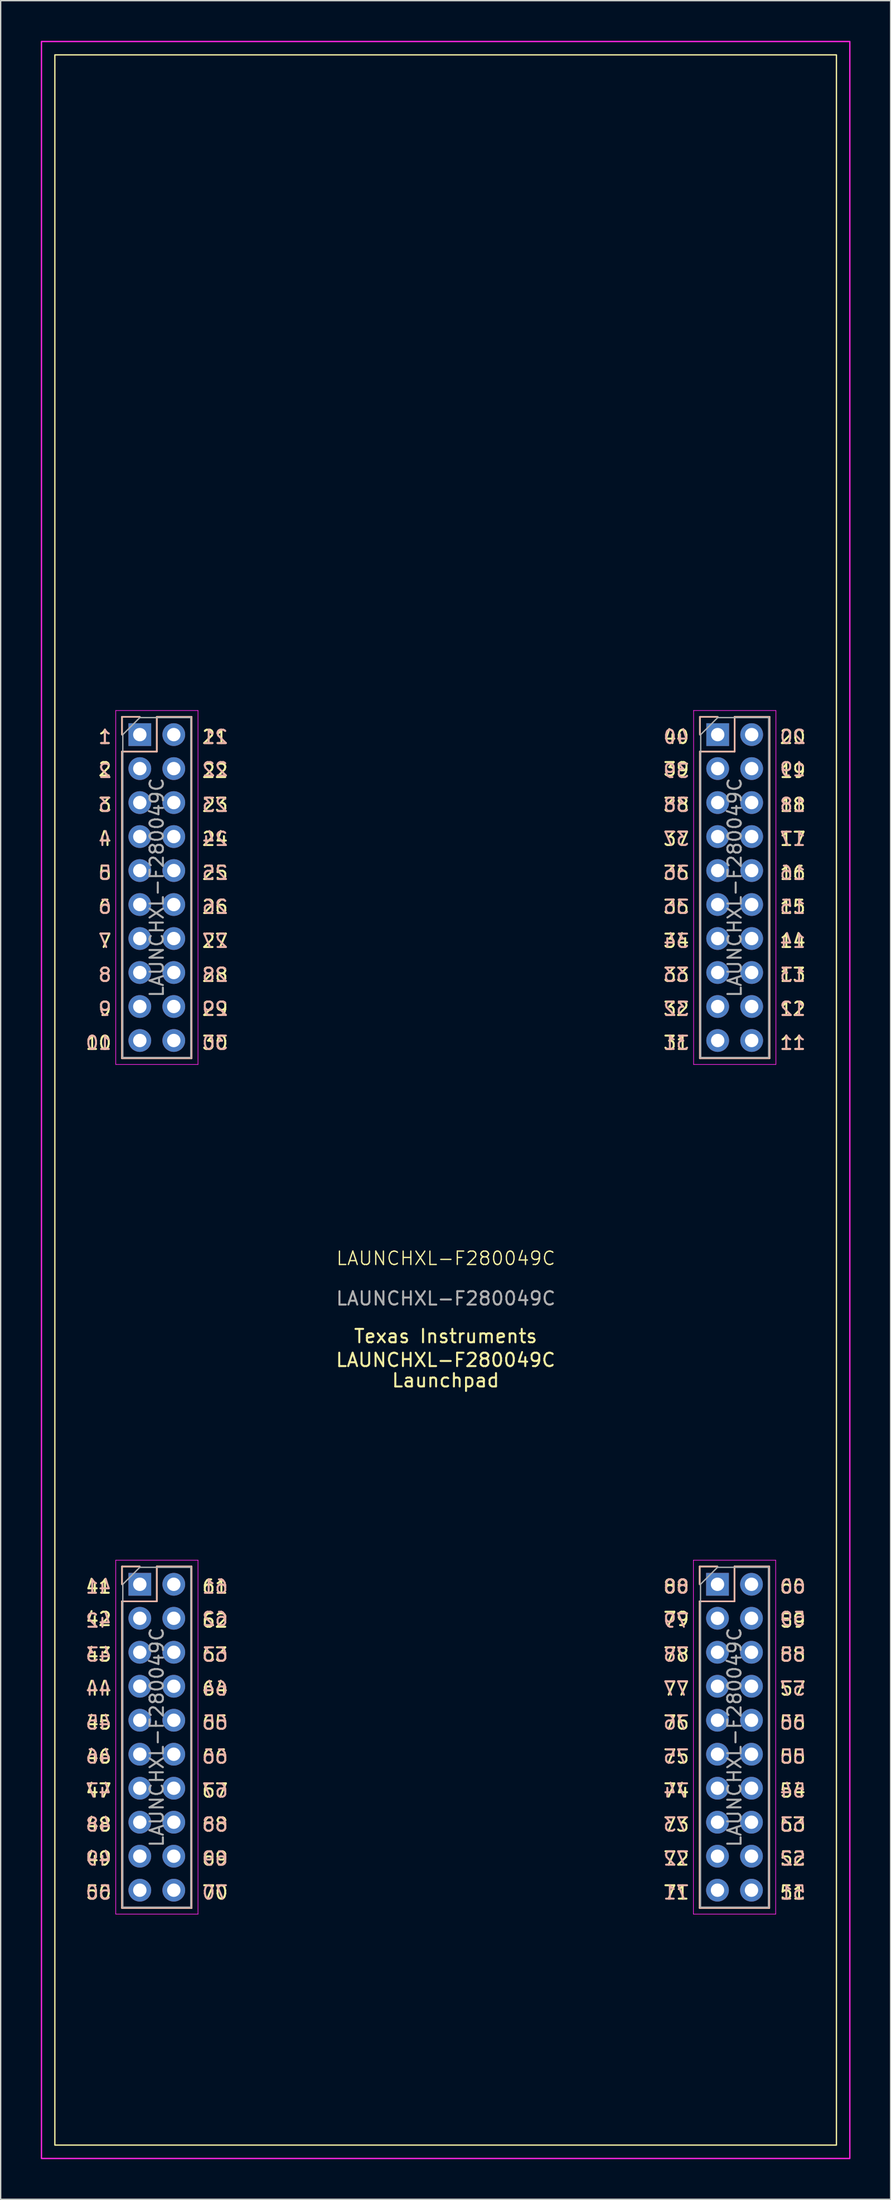
<source format=kicad_pcb>
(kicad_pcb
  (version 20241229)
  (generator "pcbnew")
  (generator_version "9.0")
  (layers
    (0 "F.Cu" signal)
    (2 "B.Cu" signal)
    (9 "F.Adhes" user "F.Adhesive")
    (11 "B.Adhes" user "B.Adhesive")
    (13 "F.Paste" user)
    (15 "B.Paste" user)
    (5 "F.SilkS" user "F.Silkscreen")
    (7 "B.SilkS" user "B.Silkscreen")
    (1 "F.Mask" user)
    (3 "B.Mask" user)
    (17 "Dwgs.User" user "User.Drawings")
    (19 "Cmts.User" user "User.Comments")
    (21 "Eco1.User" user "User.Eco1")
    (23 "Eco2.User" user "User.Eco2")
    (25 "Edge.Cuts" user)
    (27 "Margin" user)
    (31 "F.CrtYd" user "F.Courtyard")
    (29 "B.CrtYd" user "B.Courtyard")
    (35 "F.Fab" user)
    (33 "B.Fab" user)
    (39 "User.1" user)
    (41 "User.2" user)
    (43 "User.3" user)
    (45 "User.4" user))
  (footprint "LAUNCHXL-F280049C"
    (layer "F.Cu")
    (at 30.26 95.03)
    (property "Reference" "LAUNCHXL-F280049C" (at 0.015 -4.04 0) (unlocked yes) (layer "F.SilkS") (effects (font (size 1 1) (thickness 0.1))))
    (attr through_hole)
    (fp_line (start -24.19 -44.51) (end -22.86 -44.51) (stroke (width 0.12) (type solid)) (layer "F.SilkS"))
    (fp_line (start -24.19 -43.18) (end -24.19 -44.51) (stroke (width 0.12) (type solid)) (layer "F.SilkS"))
    (fp_line (start -24.19 -41.91) (end -24.19 -18.99) (stroke (width 0.12) (type solid)) (layer "F.SilkS"))
    (fp_line (start -24.19 -41.91) (end -21.59 -41.91) (stroke (width 0.12) (type solid)) (layer "F.SilkS"))
    (fp_line (start -24.19 -18.99) (end -18.99 -18.99) (stroke (width 0.12) (type solid)) (layer "F.SilkS"))
    (fp_line (start -24.19 18.99) (end -22.86 18.99) (stroke (width 0.12) (type solid)) (layer "F.SilkS"))
    (fp_line (start -24.19 20.32) (end -24.19 18.99) (stroke (width 0.12) (type solid)) (layer "F.SilkS"))
    (fp_line (start -24.19 21.59) (end -24.19 44.51) (stroke (width 0.12) (type solid)) (layer "F.SilkS"))
    (fp_line (start -24.19 21.59) (end -21.59 21.59) (stroke (width 0.12) (type solid)) (layer "F.SilkS"))
    (fp_line (start -24.19 44.51) (end -18.99 44.51) (stroke (width 0.12) (type solid)) (layer "F.SilkS"))
    (fp_line (start -21.59 -44.51) (end -18.99 -44.51) (stroke (width 0.12) (type solid)) (layer "F.SilkS"))
    (fp_line (start -21.59 -41.91) (end -21.59 -44.51) (stroke (width 0.12) (type solid)) (layer "F.SilkS"))
    (fp_line (start -21.59 18.99) (end -18.99 18.99) (stroke (width 0.12) (type solid)) (layer "F.SilkS"))
    (fp_line (start -21.59 21.59) (end -21.59 18.99) (stroke (width 0.12) (type solid)) (layer "F.SilkS"))
    (fp_line (start -18.99 -44.51) (end -18.99 -18.99) (stroke (width 0.12) (type solid)) (layer "F.SilkS"))
    (fp_line (start -18.99 18.99) (end -18.99 44.51) (stroke (width 0.12) (type solid)) (layer "F.SilkS"))
    (fp_line (start 18.99 18.99) (end 20.32 18.99) (stroke (width 0.12) (type solid)) (layer "F.SilkS"))
    (fp_line (start 18.99 20.32) (end 18.99 18.99) (stroke (width 0.12) (type solid)) (layer "F.SilkS"))
    (fp_line (start 18.99 21.59) (end 18.99 44.51) (stroke (width 0.12) (type solid)) (layer "F.SilkS"))
    (fp_line (start 18.99 21.59) (end 21.59 21.59) (stroke (width 0.12) (type solid)) (layer "F.SilkS"))
    (fp_line (start 18.99 44.51) (end 24.19 44.51) (stroke (width 0.12) (type solid)) (layer "F.SilkS"))
    (fp_line (start 19.005 -44.51) (end 20.335 -44.51) (stroke (width 0.12) (type solid)) (layer "F.SilkS"))
    (fp_line (start 19.005 -43.18) (end 19.005 -44.51) (stroke (width 0.12) (type solid)) (layer "F.SilkS"))
    (fp_line (start 19.005 -41.91) (end 19.005 -18.99) (stroke (width 0.12) (type solid)) (layer "F.SilkS"))
    (fp_line (start 19.005 -41.91) (end 21.605 -41.91) (stroke (width 0.12) (type solid)) (layer "F.SilkS"))
    (fp_line (start 19.005 -18.99) (end 24.205 -18.99) (stroke (width 0.12) (type solid)) (layer "F.SilkS"))
    (fp_line (start 21.59 18.99) (end 24.19 18.99) (stroke (width 0.12) (type solid)) (layer "F.SilkS"))
    (fp_line (start 21.59 21.59) (end 21.59 18.99) (stroke (width 0.12) (type solid)) (layer "F.SilkS"))
    (fp_line (start 21.605 -44.51) (end 24.205 -44.51) (stroke (width 0.12) (type solid)) (layer "F.SilkS"))
    (fp_line (start 21.605 -41.91) (end 21.605 -44.51) (stroke (width 0.12) (type solid)) (layer "F.SilkS"))
    (fp_line (start 24.19 18.99) (end 24.19 44.51) (stroke (width 0.12) (type solid)) (layer "F.SilkS"))
    (fp_line (start 24.205 -44.51) (end 24.205 -18.99) (stroke (width 0.12) (type solid)) (layer "F.SilkS"))
    (fp_rect (start -29.21 62.23) (end 29.21 -93.98) (stroke (width 0.1) (type solid)) (fill no) (layer "F.SilkS"))
    (fp_line (start -24.19 -44.51) (end -24.19 -43.18) (stroke (width 0.12) (type solid)) (layer "B.SilkS"))
    (fp_line (start -24.19 -18.99) (end -24.19 -41.91) (stroke (width 0.12) (type solid)) (layer "B.SilkS"))
    (fp_line (start -24.19 18.99) (end -24.19 20.32) (stroke (width 0.12) (type solid)) (layer "B.SilkS"))
    (fp_line (start -24.19 44.51) (end -24.19 21.59) (stroke (width 0.12) (type solid)) (layer "B.SilkS"))
    (fp_line (start -22.86 -44.51) (end -24.19 -44.51) (stroke (width 0.12) (type solid)) (layer "B.SilkS"))
    (fp_line (start -22.86 18.99) (end -24.19 18.99) (stroke (width 0.12) (type solid)) (layer "B.SilkS"))
    (fp_line (start -21.59 -44.51) (end -21.59 -41.91) (stroke (width 0.12) (type solid)) (layer "B.SilkS"))
    (fp_line (start -21.59 -41.91) (end -24.19 -41.91) (stroke (width 0.12) (type solid)) (layer "B.SilkS"))
    (fp_line (start -21.59 18.99) (end -21.59 21.59) (stroke (width 0.12) (type solid)) (layer "B.SilkS"))
    (fp_line (start -21.59 21.59) (end -24.19 21.59) (stroke (width 0.12) (type solid)) (layer "B.SilkS"))
    (fp_line (start -18.99 -44.51) (end -21.59 -44.51) (stroke (width 0.12) (type solid)) (layer "B.SilkS"))
    (fp_line (start -18.99 -18.99) (end -24.19 -18.99) (stroke (width 0.12) (type solid)) (layer "B.SilkS"))
    (fp_line (start -18.99 -18.99) (end -18.99 -44.51) (stroke (width 0.12) (type solid)) (layer "B.SilkS"))
    (fp_line (start -18.99 18.99) (end -21.59 18.99) (stroke (width 0.12) (type solid)) (layer "B.SilkS"))
    (fp_line (start -18.99 44.51) (end -24.19 44.51) (stroke (width 0.12) (type solid)) (layer "B.SilkS"))
    (fp_line (start -18.99 44.51) (end -18.99 18.99) (stroke (width 0.12) (type solid)) (layer "B.SilkS"))
    (fp_line (start 18.99 18.99) (end 18.99 20.32) (stroke (width 0.12) (type solid)) (layer "B.SilkS"))
    (fp_line (start 18.99 44.51) (end 18.99 21.59) (stroke (width 0.12) (type solid)) (layer "B.SilkS"))
    (fp_line (start 19.005 -44.51) (end 19.005 -43.18) (stroke (width 0.12) (type solid)) (layer "B.SilkS"))
    (fp_line (start 19.005 -18.99) (end 19.005 -41.91) (stroke (width 0.12) (type solid)) (layer "B.SilkS"))
    (fp_line (start 20.32 18.99) (end 18.99 18.99) (stroke (width 0.12) (type solid)) (layer "B.SilkS"))
    (fp_line (start 20.335 -44.51) (end 19.005 -44.51) (stroke (width 0.12) (type solid)) (layer "B.SilkS"))
    (fp_line (start 21.59 18.99) (end 21.59 21.59) (stroke (width 0.12) (type solid)) (layer "B.SilkS"))
    (fp_line (start 21.59 21.59) (end 18.99 21.59) (stroke (width 0.12) (type solid)) (layer "B.SilkS"))
    (fp_line (start 21.605 -44.51) (end 21.605 -41.91) (stroke (width 0.12) (type solid)) (layer "B.SilkS"))
    (fp_line (start 21.605 -41.91) (end 19.005 -41.91) (stroke (width 0.12) (type solid)) (layer "B.SilkS"))
    (fp_line (start 24.19 18.99) (end 21.59 18.99) (stroke (width 0.12) (type solid)) (layer "B.SilkS"))
    (fp_line (start 24.19 44.51) (end 18.99 44.51) (stroke (width 0.12) (type solid)) (layer "B.SilkS"))
    (fp_line (start 24.19 44.51) (end 24.19 18.99) (stroke (width 0.12) (type solid)) (layer "B.SilkS"))
    (fp_line (start 24.205 -44.51) (end 21.605 -44.51) (stroke (width 0.12) (type solid)) (layer "B.SilkS"))
    (fp_line (start 24.205 -18.99) (end 19.005 -18.99) (stroke (width 0.12) (type solid)) (layer "B.SilkS"))
    (fp_line (start 24.205 -18.99) (end 24.205 -44.51) (stroke (width 0.12) (type solid)) (layer "B.SilkS"))
    (fp_line (start -24.66 -44.98) (end -24.66 -18.53) (stroke (width 0.05) (type solid)) (layer "F.CrtYd"))
    (fp_line (start -24.66 -18.53) (end -18.51 -18.53) (stroke (width 0.05) (type solid)) (layer "F.CrtYd"))
    (fp_line (start -24.66 18.52) (end -24.66 44.97) (stroke (width 0.05) (type solid)) (layer "F.CrtYd"))
    (fp_line (start -24.66 44.97) (end -18.51 44.97) (stroke (width 0.05) (type solid)) (layer "F.CrtYd"))
    (fp_line (start -18.51 -44.98) (end -24.66 -44.98) (stroke (width 0.05) (type solid)) (layer "F.CrtYd"))
    (fp_line (start -18.51 -18.53) (end -18.51 -44.98) (stroke (width 0.05) (type solid)) (layer "F.CrtYd"))
    (fp_line (start -18.51 18.52) (end -24.66 18.52) (stroke (width 0.05) (type solid)) (layer "F.CrtYd"))
    (fp_line (start -18.51 44.97) (end -18.51 18.52) (stroke (width 0.05) (type solid)) (layer "F.CrtYd"))
    (fp_line (start 18.52 18.52) (end 18.52 44.97) (stroke (width 0.05) (type solid)) (layer "F.CrtYd"))
    (fp_line (start 18.52 44.97) (end 24.67 44.97) (stroke (width 0.05) (type solid)) (layer "F.CrtYd"))
    (fp_line (start 18.535 -44.98) (end 18.535 -18.53) (stroke (width 0.05) (type solid)) (layer "F.CrtYd"))
    (fp_line (start 18.535 -18.53) (end 24.685 -18.53) (stroke (width 0.05) (type solid)) (layer "F.CrtYd"))
    (fp_line (start 24.67 18.52) (end 18.52 18.52) (stroke (width 0.05) (type solid)) (layer "F.CrtYd"))
    (fp_line (start 24.67 44.97) (end 24.67 18.52) (stroke (width 0.05) (type solid)) (layer "F.CrtYd"))
    (fp_line (start 24.685 -44.98) (end 18.535 -44.98) (stroke (width 0.05) (type solid)) (layer "F.CrtYd"))
    (fp_line (start 24.685 -18.53) (end 24.685 -44.98) (stroke (width 0.05) (type solid)) (layer "F.CrtYd"))
    (fp_rect (start -30.21 63.23) (end 30.21 -94.98) (stroke (width 0.1) (type solid)) (fill no) (layer "F.CrtYd"))
    (fp_line (start -24.13 -43.18) (end -22.86 -44.45) (stroke (width 0.1) (type solid)) (layer "F.Fab"))
    (fp_line (start -24.13 -19.05) (end -24.13 -43.18) (stroke (width 0.1) (type solid)) (layer "F.Fab"))
    (fp_line (start -24.13 20.32) (end -22.86 19.05) (stroke (width 0.1) (type solid)) (layer "F.Fab"))
    (fp_line (start -24.13 44.45) (end -24.13 20.32) (stroke (width 0.1) (type solid)) (layer "F.Fab"))
    (fp_line (start -22.86 -44.45) (end -19.05 -44.45) (stroke (width 0.1) (type solid)) (layer "F.Fab"))
    (fp_line (start -22.86 19.05) (end -19.05 19.05) (stroke (width 0.1) (type solid)) (layer "F.Fab"))
    (fp_line (start -19.05 -44.45) (end -19.05 -19.05) (stroke (width 0.1) (type solid)) (layer "F.Fab"))
    (fp_line (start -19.05 -19.05) (end -24.13 -19.05) (stroke (width 0.1) (type solid)) (layer "F.Fab"))
    (fp_line (start -19.05 19.05) (end -19.05 44.45) (stroke (width 0.1) (type solid)) (layer "F.Fab"))
    (fp_line (start -19.05 44.45) (end -24.13 44.45) (stroke (width 0.1) (type solid)) (layer "F.Fab"))
    (fp_line (start 19.05 20.32) (end 20.32 19.05) (stroke (width 0.1) (type solid)) (layer "F.Fab"))
    (fp_line (start 19.05 44.45) (end 19.05 20.32) (stroke (width 0.1) (type solid)) (layer "F.Fab"))
    (fp_line (start 19.065 -43.18) (end 20.335 -44.45) (stroke (width 0.1) (type solid)) (layer "F.Fab"))
    (fp_line (start 19.065 -19.05) (end 19.065 -43.18) (stroke (width 0.1) (type solid)) (layer "F.Fab"))
    (fp_line (start 20.32 19.05) (end 24.13 19.05) (stroke (width 0.1) (type solid)) (layer "F.Fab"))
    (fp_line (start 20.335 -44.45) (end 24.145 -44.45) (stroke (width 0.1) (type solid)) (layer "F.Fab"))
    (fp_line (start 24.13 19.05) (end 24.13 44.45) (stroke (width 0.1) (type solid)) (layer "F.Fab"))
    (fp_line (start 24.13 44.45) (end 19.05 44.45) (stroke (width 0.1) (type solid)) (layer "F.Fab"))
    (fp_line (start 24.145 -44.45) (end 24.145 -19.05) (stroke (width 0.1) (type solid)) (layer "F.Fab"))
    (fp_line (start 24.145 -19.05) (end 19.065 -19.05) (stroke (width 0.1) (type solid)) (layer "F.Fab"))
    (fp_text user "11" (at 24.892 -19.558 0) (unlocked yes) (layer "F.SilkS") (effects (font (size 1 1) (thickness 0.15)) (justify left bottom)))
    (fp_text user "61" (at -18.288 21.082 0) (unlocked yes) (layer "F.SilkS") (effects (font (size 1 1) (thickness 0.15)) (justify left bottom)))
    (fp_text user "44" (at -24.892 28.702 0) (unlocked yes) (layer "F.SilkS") (effects (font (size 1 1) (thickness 0.15)) (justify right bottom)))
    (fp_text user "8" (at -24.892 -24.638 0) (unlocked yes) (layer "F.SilkS") (effects (font (size 1 1) (thickness 0.15)) (justify right bottom)))
    (fp_text user "62" (at -18.288 23.622 0) (unlocked yes) (layer "F.SilkS") (effects (font (size 1 1) (thickness 0.15)) (justify left bottom)))
    (fp_text user "43" (at -24.892 26.162 0) (unlocked yes) (layer "F.SilkS") (effects (font (size 1 1) (thickness 0.15)) (justify right bottom)))
    (fp_text user "72" (at 18.288 41.402 0) (unlocked yes) (layer "F.SilkS") (effects (font (size 1 1) (thickness 0.15)) (justify right bottom)))
    (fp_text user "5" (at -24.892 -32.258 0) (unlocked yes) (layer "F.SilkS") (effects (font (size 1 1) (thickness 0.15)) (justify right bottom)))
    (fp_text user "29" (at -18.288 -22.098 0) (unlocked yes) (layer "F.SilkS") (effects (font (size 1 1) (thickness 0.15)) (justify left bottom)))
    (fp_text user "18" (at 24.892 -37.338 0) (unlocked yes) (layer "F.SilkS") (effects (font (size 1 1) (thickness 0.15)) (justify left bottom)))
    (fp_text user "LAUNCHXL-F280049C" (at 0 3.556 0) (unlocked yes) (layer "F.SilkS") (effects (font (size 1 1) (thickness 0.15))))
    (fp_text user "47" (at -24.892 36.322 0) (unlocked yes) (layer "F.SilkS") (effects (font (size 1 1) (thickness 0.15)) (justify right bottom)))
    (fp_text user "53" (at 24.892 38.862 0) (unlocked yes) (layer "F.SilkS") (effects (font (size 1 1) (thickness 0.15)) (justify left bottom)))
    (fp_text user "66" (at -18.288 33.782 0) (unlocked yes) (layer "F.SilkS") (effects (font (size 1 1) (thickness 0.15)) (justify left bottom)))
    (fp_text user "39" (at 18.288 -40 0) (unlocked yes) (layer "F.SilkS") (effects (font (size 1 1) (thickness 0.15)) (justify right bottom)))
    (fp_text user "7" (at -24.892 -27.178 0) (unlocked yes) (layer "F.SilkS") (effects (font (size 1 1) (thickness 0.15)) (justify right bottom)))
    (fp_text user "42" (at -24.892 23.5 0) (unlocked yes) (layer "F.SilkS") (effects (font (size 1 1) (thickness 0.15)) (justify right bottom)))
    (fp_text user "6" (at -24.892 -29.718 0) (unlocked yes) (layer "F.SilkS") (effects (font (size 1 1) (thickness 0.15)) (justify right bottom)))
    (fp_text user "Launchpad" (at 0 5.08 0) (unlocked yes) (layer "F.SilkS") (effects (font (size 1 1) (thickness 0.15))))
    (fp_text user "45" (at -24.892 31.242 0) (unlocked yes) (layer "F.SilkS") (effects (font (size 1 1) (thickness 0.15)) (justify right bottom)))
    (fp_text user "17" (at 24.892 -34.798 0) (unlocked yes) (layer "F.SilkS") (effects (font (size 1 1) (thickness 0.15)) (justify left bottom)))
    (fp_text user "77" (at 18.288 28.702 0) (unlocked yes) (layer "F.SilkS") (effects (font (size 1 1) (thickness 0.15)) (justify right bottom)))
    (fp_text user "34" (at 18.288 -27.178 0) (unlocked yes) (layer "F.SilkS") (effects (font (size 1 1) (thickness 0.15)) (justify right bottom)))
    (fp_text user "31" (at 18.288 -19.558 0) (unlocked yes) (layer "F.SilkS") (effects (font (size 1 1) (thickness 0.15)) (justify right bottom)))
    (fp_text user "28" (at -18.288 -24.638 0) (unlocked yes) (layer "F.SilkS") (effects (font (size 1 1) (thickness 0.15)) (justify left bottom)))
    (fp_text user "68" (at -18.288 38.862 0) (unlocked yes) (layer "F.SilkS") (effects (font (size 1 1) (thickness 0.15)) (justify left bottom)))
    (fp_text user "2" (at -24.892 -40 0) (unlocked yes) (layer "F.SilkS") (effects (font (size 1 1) (thickness 0.15)) (justify right bottom)))
    (fp_text user "36" (at 18.288 -32.258 0) (unlocked yes) (layer "F.SilkS") (effects (font (size 1 1) (thickness 0.15)) (justify right bottom)))
    (fp_text user "23" (at -18.288 -37.338 0) (unlocked yes) (layer "F.SilkS") (effects (font (size 1 1) (thickness 0.15)) (justify left bottom)))
    (fp_text user "41" (at -24.892 21.082 0) (unlocked yes) (layer "F.SilkS") (effects (font (size 1 1) (thickness 0.15)) (justify right bottom)))
    (fp_text user "14" (at 24.892 -27.178 0) (unlocked yes) (layer "F.SilkS") (effects (font (size 1 1) (thickness 0.15)) (justify left bottom)))
    (fp_text user "58" (at 24.892 26.162 0) (unlocked yes) (layer "F.SilkS") (effects (font (size 1 1) (thickness 0.15)) (justify left bottom)))
    (fp_text user "16" (at 24.892 -32.258 0) (unlocked yes) (layer "F.SilkS") (effects (font (size 1 1) (thickness 0.15)) (justify left bottom)))
    (fp_text user "75" (at 18.288 33.782 0) (unlocked yes) (layer "F.SilkS") (effects (font (size 1 1) (thickness 0.15)) (justify right bottom)))
    (fp_text user "51" (at 24.892 43.942 0) (unlocked yes) (layer "F.SilkS") (effects (font (size 1 1) (thickness 0.15)) (justify left bottom)))
    (fp_text user "54" (at 24.892 36.322 0) (unlocked yes) (layer "F.SilkS") (effects (font (size 1 1) (thickness 0.15)) (justify left bottom)))
    (fp_text user "1" (at -24.892 -42.418 0) (unlocked yes) (layer "F.SilkS") (effects (font (size 1 1) (thickness 0.15)) (justify right bottom)))
    (fp_text user "27" (at -18.288 -27.178 0) (unlocked yes) (layer "F.SilkS") (effects (font (size 1 1) (thickness 0.15)) (justify left bottom)))
    (fp_text user "4" (at -24.892 -34.798 0) (unlocked yes) (layer "F.SilkS") (effects (font (size 1 1) (thickness 0.15)) (justify right bottom)))
    (fp_text user "19" (at 24.892 -39.878 0) (unlocked yes) (layer "F.SilkS") (effects (font (size 1 1) (thickness 0.15)) (justify left bottom)))
    (fp_text user "21" (at -18.288 -42.418 0) (unlocked yes) (layer "F.SilkS") (effects (font (size 1 1) (thickness 0.15)) (justify left bottom)))
    (fp_text user "35" (at 18.288 -29.718 0) (unlocked yes) (layer "F.SilkS") (effects (font (size 1 1) (thickness 0.15)) (justify right bottom)))
    (fp_text user "9" (at -24.892 -22.098 0) (unlocked yes) (layer "F.SilkS") (effects (font (size 1 1) (thickness 0.15)) (justify right bottom)))
    (fp_text user "Texas Instruments" (at 0 1.778 0) (unlocked yes) (layer "F.SilkS") (effects (font (size 1 1) (thickness 0.15))))
    (fp_text user "78" (at 18.288 26.162 0) (unlocked yes) (layer "F.SilkS") (effects (font (size 1 1) (thickness 0.15)) (justify right bottom)))
    (fp_text user "20" (at 24.892 -42.418 0) (unlocked yes) (layer "F.SilkS") (effects (font (size 1 1) (thickness 0.15)) (justify left bottom)))
    (fp_text user "49" (at -24.892 41.402 0) (unlocked yes) (layer "F.SilkS") (effects (font (size 1 1) (thickness 0.15)) (justify right bottom)))
    (fp_text user "48" (at -24.892 38.862 0) (unlocked yes) (layer "F.SilkS") (effects (font (size 1 1) (thickness 0.15)) (justify right bottom)))
    (fp_text user "76" (at 18.288 31.242 0) (unlocked yes) (layer "F.SilkS") (effects (font (size 1 1) (thickness 0.15)) (justify right bottom)))
    (fp_text user "79" (at 18.288 23.5 0) (unlocked yes) (layer "F.SilkS") (effects (font (size 1 1) (thickness 0.15)) (justify right bottom)))
    (fp_text user "26" (at -18.288 -29.718 0) (unlocked yes) (layer "F.SilkS") (effects (font (size 1 1) (thickness 0.15)) (justify left bottom)))
    (fp_text user "33" (at 18.288 -24.638 0) (unlocked yes) (layer "F.SilkS") (effects (font (size 1 1) (thickness 0.15)) (justify right bottom)))
    (fp_text user "57" (at 24.892 28.702 0) (unlocked yes) (layer "F.SilkS") (effects (font (size 1 1) (thickness 0.15)) (justify left bottom)))
    (fp_text user "40" (at 18.288 -42.418 0) (unlocked yes) (layer "F.SilkS") (effects (font (size 1 1) (thickness 0.15)) (justify right bottom)))
    (fp_text user "60" (at 24.892 21.082 0) (unlocked yes) (layer "F.SilkS") (effects (font (size 1 1) (thickness 0.15)) (justify left bottom)))
    (fp_text user "80" (at 18.288 21.082 0) (unlocked yes) (layer "F.SilkS") (effects (font (size 1 1) (thickness 0.15)) (justify right bottom)))
    (fp_text user "55" (at 24.892 33.782 0) (unlocked yes) (layer "F.SilkS") (effects (font (size 1 1) (thickness 0.15)) (justify left bottom)))
    (fp_text user "15" (at 24.892 -29.718 0) (unlocked yes) (layer "F.SilkS") (effects (font (size 1 1) (thickness 0.15)) (justify left bottom)))
    (fp_text user "13" (at 24.892 -24.638 0) (unlocked yes) (layer "F.SilkS") (effects (font (size 1 1) (thickness 0.15)) (justify left bottom)))
    (fp_text user "37" (at 18.288 -34.798 0) (unlocked yes) (layer "F.SilkS") (effects (font (size 1 1) (thickness 0.15)) (justify right bottom)))
    (fp_text user "32" (at 18.288 -22.098 0) (unlocked yes) (layer "F.SilkS") (effects (font (size 1 1) (thickness 0.15)) (justify right bottom)))
    (fp_text user "56" (at 24.892 31.242 0) (unlocked yes) (layer "F.SilkS") (effects (font (size 1 1) (thickness 0.15)) (justify left bottom)))
    (fp_text user "38" (at 18.288 -37.338 0) (unlocked yes) (layer "F.SilkS") (effects (font (size 1 1) (thickness 0.15)) (justify right bottom)))
    (fp_text user "50" (at -24.892 43.942 0) (unlocked yes) (layer "F.SilkS") (effects (font (size 1 1) (thickness 0.15)) (justify right bottom)))
    (fp_text user "25" (at -18.288 -32.258 0) (unlocked yes) (layer "F.SilkS") (effects (font (size 1 1) (thickness 0.15)) (justify left bottom)))
    (fp_text user "73" (at 18.288 38.862 0) (unlocked yes) (layer "F.SilkS") (effects (font (size 1 1) (thickness 0.15)) (justify right bottom)))
    (fp_text user "22" (at -18.288 -39.878 0) (unlocked yes) (layer "F.SilkS") (effects (font (size 1 1) (thickness 0.15)) (justify left bottom)))
    (fp_text user "71" (at 18.288 43.942 0) (unlocked yes) (layer "F.SilkS") (effects (font (size 1 1) (thickness 0.15)) (justify right bottom)))
    (fp_text user "24" (at -18.288 -34.798 0) (unlocked yes) (layer "F.SilkS") (effects (font (size 1 1) (thickness 0.15)) (justify left bottom)))
    (fp_text user "74" (at 18.288 36.322 0) (unlocked yes) (layer "F.SilkS") (effects (font (size 1 1) (thickness 0.15)) (justify right bottom)))
    (fp_text user "52" (at 24.892 41.402 0) (unlocked yes) (layer "F.SilkS") (effects (font (size 1 1) (thickness 0.15)) (justify left bottom)))
    (fp_text user "70" (at -18.288 43.942 0) (unlocked yes) (layer "F.SilkS") (effects (font (size 1 1) (thickness 0.15)) (justify left bottom)))
    (fp_text user "69" (at -18.288 41.402 0) (unlocked yes) (layer "F.SilkS") (effects (font (size 1 1) (thickness 0.15)) (justify left bottom)))
    (fp_text user "59" (at 24.892 23.622 0) (unlocked yes) (layer "F.SilkS") (effects (font (size 1 1) (thickness 0.15)) (justify left bottom)))
    (fp_text user "63" (at -18.288 26.162 0) (unlocked yes) (layer "F.SilkS") (effects (font (size 1 1) (thickness 0.15)) (justify left bottom)))
    (fp_text user "67" (at -18.288 36.322 0) (unlocked yes) (layer "F.SilkS") (effects (font (size 1 1) (thickness 0.15)) (justify left bottom)))
    (fp_text user "65" (at -18.288 31.242 0) (unlocked yes) (layer "F.SilkS") (effects (font (size 1 1) (thickness 0.15)) (justify left bottom)))
    (fp_text user "10" (at -24.892 -19.558 0) (unlocked yes) (layer "F.SilkS") (effects (font (size 1 1) (thickness 0.15)) (justify right bottom)))
    (fp_text user "46" (at -24.892 33.782 0) (unlocked yes) (layer "F.SilkS") (effects (font (size 1 1) (thickness 0.15)) (justify right bottom)))
    (fp_text user "64" (at -18.288 28.702 0) (unlocked yes) (layer "F.SilkS") (effects (font (size 1 1) (thickness 0.15)) (justify left bottom)))
    (fp_text user "12" (at 24.892 -22.098 0) (unlocked yes) (layer "F.SilkS") (effects (font (size 1 1) (thickness 0.15)) (justify left bottom)))
    (fp_text user "3" (at -24.892 -37.338 0) (unlocked yes) (layer "F.SilkS") (effects (font (size 1 1) (thickness 0.15)) (justify right bottom)))
    (fp_text user "30" (at -18.288 -19.558 0) (unlocked yes) (layer "F.SilkS") (effects (font (size 1 1) (thickness 0.15)) (justify left bottom)))
    (fp_text user "71" (at 18.288 43.942 0) (unlocked yes) (layer "B.SilkS") (effects (font (size 1 1) (thickness 0.15)) (justify left bottom mirror)))
    (fp_text user "30" (at -18.288 -19.558 0) (unlocked yes) (layer "B.SilkS") (effects (font (size 1 1) (thickness 0.15)) (justify right bottom mirror)))
    (fp_text user "67" (at -18.288 36.322 0) (unlocked yes) (layer "B.SilkS") (effects (font (size 1 1) (thickness 0.15)) (justify right bottom mirror)))
    (fp_text user "32" (at 18.288 -22.098 0) (unlocked yes) (layer "B.SilkS") (effects (font (size 1 1) (thickness 0.15)) (justify left bottom mirror)))
    (fp_text user "14" (at 24.892 -27.178 0) (unlocked yes) (layer "B.SilkS") (effects (font (size 1 1) (thickness 0.15)) (justify right bottom mirror)))
    (fp_text user "37" (at 18.288 -34.798 0) (unlocked yes) (layer "B.SilkS") (effects (font (size 1 1) (thickness 0.15)) (justify left bottom mirror)))
    (fp_text user "21" (at -18.288 -42.418 0) (unlocked yes) (layer "B.SilkS") (effects (font (size 1 1) (thickness 0.15)) (justify right bottom mirror)))
    (fp_text user "1" (at -24.892 -42.418 0) (unlocked yes) (layer "B.SilkS") (effects (font (size 1 1) (thickness 0.15)) (justify left bottom mirror)))
    (fp_text user "45" (at -24.892 31.242 0) (unlocked yes) (layer "B.SilkS") (effects (font (size 1 1) (thickness 0.15)) (justify left bottom mirror)))
    (fp_text user "54" (at 24.892 36.322 0) (unlocked yes) (layer "B.SilkS") (effects (font (size 1 1) (thickness 0.15)) (justify right bottom mirror)))
    (fp_text user "29" (at -18.288 -22.098 0) (unlocked yes) (layer "B.SilkS") (effects (font (size 1 1) (thickness 0.15)) (justify right bottom mirror)))
    (fp_text user "35" (at 18.288 -29.718 0) (unlocked yes) (layer "B.SilkS") (effects (font (size 1 1) (thickness 0.15)) (justify left bottom mirror)))
    (fp_text user "75" (at 18.288 33.782 0) (unlocked yes) (layer "B.SilkS") (effects (font (size 1 1) (thickness 0.15)) (justify left bottom mirror)))
    (fp_text user "34" (at 18.288 -27.178 0) (unlocked yes) (layer "B.SilkS") (effects (font (size 1 1) (thickness 0.15)) (justify left bottom mirror)))
    (fp_text user "27" (at -18.288 -27.178 0) (unlocked yes) (layer "B.SilkS") (effects (font (size 1 1) (thickness 0.15)) (justify right bottom mirror)))
    (fp_text user "8" (at -24.892 -24.638 0) (unlocked yes) (layer "B.SilkS") (effects (font (size 1 1) (thickness 0.15)) (justify left bottom mirror)))
    (fp_text user "33" (at 18.288 -24.638 0) (unlocked yes) (layer "B.SilkS") (effects (font (size 1 1) (thickness 0.15)) (justify left bottom mirror)))
    (fp_text user "51" (at 24.892 43.942 0) (unlocked yes) (layer "B.SilkS") (effects (font (size 1 1) (thickness 0.15)) (justify right bottom mirror)))
    (fp_text user "79" (at 18.288 23.622 0) (unlocked yes) (layer "B.SilkS") (effects (font (size 1 1) (thickness 0.15)) (justify left bottom mirror)))
    (fp_text user "19" (at 24.892 -40 0) (unlocked yes) (layer "B.SilkS") (effects (font (size 1 1) (thickness 0.15)) (justify right bottom mirror)))
    (fp_text user "49" (at -24.892 41.402 0) (unlocked yes) (layer "B.SilkS") (effects (font (size 1 1) (thickness 0.15)) (justify left bottom mirror)))
    (fp_text user "52" (at 24.892 41.402 0) (unlocked yes) (layer "B.SilkS") (effects (font (size 1 1) (thickness 0.15)) (justify right bottom mirror)))
    (fp_text user "63" (at -18.288 26.162 0) (unlocked yes) (layer "B.SilkS") (effects (font (size 1 1) (thickness 0.15)) (justify right bottom mirror)))
    (fp_text user "47" (at -24.892 36.322 0) (unlocked yes) (layer "B.SilkS") (effects (font (size 1 1) (thickness 0.15)) (justify left bottom mirror)))
    (fp_text user "68" (at -18.288 38.862 0) (unlocked yes) (layer "B.SilkS") (effects (font (size 1 1) (thickness 0.15)) (justify right bottom mirror)))
    (fp_text user "10" (at -24.892 -19.558 0) (unlocked yes) (layer "B.SilkS") (effects (font (size 1 1) (thickness 0.15)) (justify left bottom mirror)))
    (fp_text user "36" (at 18.288 -32.258 0) (unlocked yes) (layer "B.SilkS") (effects (font (size 1 1) (thickness 0.15)) (justify left bottom mirror)))
    (fp_text user "58" (at 24.892 26.162 0) (unlocked yes) (layer "B.SilkS") (effects (font (size 1 1) (thickness 0.15)) (justify right bottom mirror)))
    (fp_text user "24" (at -18.288 -34.798 0) (unlocked yes) (layer "B.SilkS") (effects (font (size 1 1) (thickness 0.15)) (justify right bottom mirror)))
    (fp_text user "41" (at -24.892 21.082 0) (unlocked yes) (layer "B.SilkS") (effects (font (size 1 1) (thickness 0.15)) (justify left bottom mirror)))
    (fp_text user "70" (at -18.288 43.942 0) (unlocked yes) (layer "B.SilkS") (effects (font (size 1 1) (thickness 0.15)) (justify right bottom mirror)))
    (fp_text user "59" (at 24.892 23.5 0) (unlocked yes) (layer "B.SilkS") (effects (font (size 1 1) (thickness 0.15)) (justify right bottom mirror)))
    (fp_text user "50" (at -24.892 43.942 0) (unlocked yes) (layer "B.SilkS") (effects (font (size 1 1) (thickness 0.15)) (justify left bottom mirror)))
    (fp_text user "7" (at -24.892 -27.178 0) (unlocked yes) (layer "B.SilkS") (effects (font (size 1 1) (thickness 0.15)) (justify left bottom mirror)))
    (fp_text user "15" (at 24.892 -29.718 0) (unlocked yes) (layer "B.SilkS") (effects (font (size 1 1) (thickness 0.15)) (justify right bottom mirror)))
    (fp_text user "38" (at 18.288 -37.338 0) (unlocked yes) (layer "B.SilkS") (effects (font (size 1 1) (thickness 0.15)) (justify left bottom mirror)))
    (fp_text user "13" (at 24.892 -24.638 0) (unlocked yes) (layer "B.SilkS") (effects (font (size 1 1) (thickness 0.15)) (justify right bottom mirror)))
    (fp_text user "69" (at -18.288 41.402 0) (unlocked yes) (layer "B.SilkS") (effects (font (size 1 1) (thickness 0.15)) (justify right bottom mirror)))
    (fp_text user "5" (at -24.892 -32.258 0) (unlocked yes) (layer "B.SilkS") (effects (font (size 1 1) (thickness 0.15)) (justify left bottom mirror)))
    (fp_text user "42" (at -24.892 23.622 0) (unlocked yes) (layer "B.SilkS") (effects (font (size 1 1) (thickness 0.15)) (justify left bottom mirror)))
    (fp_text user "64" (at -18.288 28.702 0) (unlocked yes) (layer "B.SilkS") (effects (font (size 1 1) (thickness 0.15)) (justify right bottom mirror)))
    (fp_text user "3" (at -24.892 -37.338 0) (unlocked yes) (layer "B.SilkS") (effects (font (size 1 1) (thickness 0.15)) (justify left bottom mirror)))
    (fp_text user "73" (at 18.288 38.862 0) (unlocked yes) (layer "B.SilkS") (effects (font (size 1 1) (thickness 0.15)) (justify left bottom mirror)))
    (fp_text user "11" (at 24.892 -19.558 0) (unlocked yes) (layer "B.SilkS") (effects (font (size 1 1) (thickness 0.15)) (justify right bottom mirror)))
    (fp_text user "53" (at 24.892 38.862 0) (unlocked yes) (layer "B.SilkS") (effects (font (size 1 1) (thickness 0.15)) (justify right bottom mirror)))
    (fp_text user "44" (at -24.892 28.702 0) (unlocked yes) (layer "B.SilkS") (effects (font (size 1 1) (thickness 0.15)) (justify left bottom mirror)))
    (fp_text user "23" (at -18.288 -37.338 0) (unlocked yes) (layer "B.SilkS") (effects (font (size 1 1) (thickness 0.15)) (justify right bottom mirror)))
    (fp_text user "2" (at -24.892 -39.878 0) (unlocked yes) (layer "B.SilkS") (effects (font (size 1 1) (thickness 0.15)) (justify left bottom mirror)))
    (fp_text user "61" (at -18.288 21.082 0) (unlocked yes) (layer "B.SilkS") (effects (font (size 1 1) (thickness 0.15)) (justify right bottom mirror)))
    (fp_text user "46" (at -24.892 33.782 0) (unlocked yes) (layer "B.SilkS") (effects (font (size 1 1) (thickness 0.15)) (justify left bottom mirror)))
    (fp_text user "43" (at -24.892 26.162 0) (unlocked yes) (layer "B.SilkS") (effects (font (size 1 1) (thickness 0.15)) (justify left bottom mirror)))
    (fp_text user "65" (at -18.288 31.242 0) (unlocked yes) (layer "B.SilkS") (effects (font (size 1 1) (thickness 0.15)) (justify right bottom mirror)))
    (fp_text user "39" (at 18.288 -39.878 0) (unlocked yes) (layer "B.SilkS") (effects (font (size 1 1) (thickness 0.15)) (justify left bottom mirror)))
    (fp_text user "62" (at -18.288 23.5 0) (unlocked yes) (layer "B.SilkS") (effects (font (size 1 1) (thickness 0.15)) (justify right bottom mirror)))
    (fp_text user "66" (at -18.288 33.782 0) (unlocked yes) (layer "B.SilkS") (effects (font (size 1 1) (thickness 0.15)) (justify right bottom mirror)))
    (fp_text user "26" (at -18.288 -29.718 0) (unlocked yes) (layer "B.SilkS") (effects (font (size 1 1) (thickness 0.15)) (justify right bottom mirror)))
    (fp_text user "25" (at -18.288 -32.258 0) (unlocked yes) (layer "B.SilkS") (effects (font (size 1 1) (thickness 0.15)) (justify right bottom mirror)))
    (fp_text user "22" (at -18.288 -40 0) (unlocked yes) (layer "B.SilkS") (effects (font (size 1 1) (thickness 0.15)) (justify right bottom mirror)))
    (fp_text user "76" (at 18.288 31.242 0) (unlocked yes) (layer "B.SilkS") (effects (font (size 1 1) (thickness 0.15)) (justify left bottom mirror)))
    (fp_text user "18" (at 24.892 -37.338 0) (unlocked yes) (layer "B.SilkS") (effects (font (size 1 1) (thickness 0.15)) (justify right bottom mirror)))
    (fp_text user "55" (at 24.892 33.782 0) (unlocked yes) (layer "B.SilkS") (effects (font (size 1 1) (thickness 0.15)) (justify right bottom mirror)))
    (fp_text user "20" (at 24.892 -42.418 0) (unlocked yes) (layer "B.SilkS") (effects (font (size 1 1) (thickness 0.15)) (justify right bottom mirror)))
    (fp_text user "6" (at -24.892 -29.718 0) (unlocked yes) (layer "B.SilkS") (effects (font (size 1 1) (thickness 0.15)) (justify left bottom mirror)))
    (fp_text user "12" (at 24.892 -22.098 0) (unlocked yes) (layer "B.SilkS") (effects (font (size 1 1) (thickness 0.15)) (justify right bottom mirror)))
    (fp_text user "4" (at -24.892 -34.798 0) (unlocked yes) (layer "B.SilkS") (effects (font (size 1 1) (thickness 0.15)) (justify left bottom mirror)))
    (fp_text user "16" (at 24.892 -32.258 0) (unlocked yes) (layer "B.SilkS") (effects (font (size 1 1) (thickness 0.15)) (justify right bottom mirror)))
    (fp_text user "9" (at -24.892 -22.098 0) (unlocked yes) (layer "B.SilkS") (effects (font (size 1 1) (thickness 0.15)) (justify left bottom mirror)))
    (fp_text user "31" (at 18.288 -19.558 0) (unlocked yes) (layer "B.SilkS") (effects (font (size 1 1) (thickness 0.15)) (justify left bottom mirror)))
    (fp_text user "56" (at 24.892 31.242 0) (unlocked yes) (layer "B.SilkS") (effects (font (size 1 1) (thickness 0.15)) (justify right bottom mirror)))
    (fp_text user "17" (at 24.892 -34.798 0) (unlocked yes) (layer "B.SilkS") (effects (font (size 1 1) (thickness 0.15)) (justify right bottom mirror)))
    (fp_text user "40" (at 18.288 -42.418 0) (unlocked yes) (layer "B.SilkS") (effects (font (size 1 1) (thickness 0.15)) (justify left bottom mirror)))
    (fp_text user "28" (at -18.288 -24.638 0) (unlocked yes) (layer "B.SilkS") (effects (font (size 1 1) (thickness 0.15)) (justify right bottom mirror)))
    (fp_text user "77" (at 18.288 28.702 0) (unlocked yes) (layer "B.SilkS") (effects (font (size 1 1) (thickness 0.15)) (justify left bottom mirror)))
    (fp_text user "60" (at 24.892 21.082 0) (unlocked yes) (layer "B.SilkS") (effects (font (size 1 1) (thickness 0.15)) (justify right bottom mirror)))
    (fp_text user "72" (at 18.288 41.402 0) (unlocked yes) (layer "B.SilkS") (effects (font (size 1 1) (thickness 0.15)) (justify left bottom mirror)))
    (fp_text user "74" (at 18.288 36.322 0) (unlocked yes) (layer "B.SilkS") (effects (font (size 1 1) (thickness 0.15)) (justify left bottom mirror)))
    (fp_text user "80" (at 18.288 21.082 0) (unlocked yes) (layer "B.SilkS") (effects (font (size 1 1) (thickness 0.15)) (justify left bottom mirror)))
    (fp_text user "78" (at 18.288 26.162 0) (unlocked yes) (layer "B.SilkS") (effects (font (size 1 1) (thickness 0.15)) (justify left bottom mirror)))
    (fp_text user "48" (at -24.892 38.862 0) (unlocked yes) (layer "B.SilkS") (effects (font (size 1 1) (thickness 0.15)) (justify left bottom mirror)))
    (fp_text user "57" (at 24.892 28.702 0) (unlocked yes) (layer "B.SilkS") (effects (font (size 1 1) (thickness 0.15)) (justify right bottom mirror)))
    (fp_text user "${REFERENCE}" (at -21.59 31.75 270) (layer "F.Fab") (effects (font (size 1 1) (thickness 0.15))))
    (fp_text user "${REFERENCE}" (at 21.605 -31.75 270) (layer "F.Fab") (effects (font (size 1 1) (thickness 0.15))))
    (fp_text user "${REFERENCE}" (at -21.59 -31.75 270) (layer "F.Fab") (effects (font (size 1 1) (thickness 0.15))))
    (fp_text user "${REFERENCE}" (at 21.59 31.75 270) (layer "F.Fab") (effects (font (size 1 1) (thickness 0.15))))
    (fp_text user "${REFERENCE}" (at 0.015 -1.04 0) (unlocked yes) (layer "F.Fab") (effects (font (size 1 1) (thickness 0.15))))
    (pad "1" thru_hole rect (at -22.86 -43.18) (size 1.7 1.7) (drill 1) (layers "*.Cu" "*.Mask"))
    (pad "2" thru_hole oval (at -22.86 -40.64) (size 1.7 1.7) (drill 1) (layers "*.Cu" "*.Mask"))
    (pad "3" thru_hole oval (at -22.86 -38.1) (size 1.7 1.7) (drill 1) (layers "*.Cu" "*.Mask"))
    (pad "4" thru_hole oval (at -22.86 -35.56) (size 1.7 1.7) (drill 1) (layers "*.Cu" "*.Mask"))
    (pad "5" thru_hole oval (at -22.86 -33.02) (size 1.7 1.7) (drill 1) (layers "*.Cu" "*.Mask"))
    (pad "6" thru_hole oval (at -22.86 -30.48) (size 1.7 1.7) (drill 1) (layers "*.Cu" "*.Mask"))
    (pad "7" thru_hole oval (at -22.86 -27.94) (size 1.7 1.7) (drill 1) (layers "*.Cu" "*.Mask"))
    (pad "8" thru_hole oval (at -22.86 -25.4) (size 1.7 1.7) (drill 1) (layers "*.Cu" "*.Mask"))
    (pad "9" thru_hole oval (at -22.86 -22.86) (size 1.7 1.7) (drill 1) (layers "*.Cu" "*.Mask"))
    (pad "10" thru_hole oval (at -22.86 -20.32) (size 1.7 1.7) (drill 1) (layers "*.Cu" "*.Mask"))
    (pad "11" thru_hole oval (at 22.875 -20.32) (size 1.7 1.7) (drill 1) (layers "*.Cu" "*.Mask"))
    (pad "12" thru_hole oval (at 22.875 -22.86) (size 1.7 1.7) (drill 1) (layers "*.Cu" "*.Mask"))
    (pad "13" thru_hole oval (at 22.875 -25.4) (size 1.7 1.7) (drill 1) (layers "*.Cu" "*.Mask"))
    (pad "14" thru_hole oval (at 22.875 -27.94) (size 1.7 1.7) (drill 1) (layers "*.Cu" "*.Mask"))
    (pad "15" thru_hole oval (at 22.875 -30.48) (size 1.7 1.7) (drill 1) (layers "*.Cu" "*.Mask"))
    (pad "16" thru_hole oval (at 22.875 -33.02) (size 1.7 1.7) (drill 1) (layers "*.Cu" "*.Mask"))
    (pad "17" thru_hole oval (at 22.875 -35.56) (size 1.7 1.7) (drill 1) (layers "*.Cu" "*.Mask"))
    (pad "18" thru_hole oval (at 22.875 -38.1) (size 1.7 1.7) (drill 1) (layers "*.Cu" "*.Mask"))
    (pad "19" thru_hole oval (at 22.875 -40.64) (size 1.7 1.7) (drill 1) (layers "*.Cu" "*.Mask"))
    (pad "20" thru_hole oval (at 22.875 -43.18) (size 1.7 1.7) (drill 1) (layers "*.Cu" "*.Mask"))
    (pad "21" thru_hole oval (at -20.32 -43.18) (size 1.7 1.7) (drill 1) (layers "*.Cu" "*.Mask"))
    (pad "22" thru_hole oval (at -20.32 -40.64) (size 1.7 1.7) (drill 1) (layers "*.Cu" "*.Mask"))
    (pad "23" thru_hole oval (at -20.32 -38.1) (size 1.7 1.7) (drill 1) (layers "*.Cu" "*.Mask"))
    (pad "24" thru_hole oval (at -20.32 -35.56) (size 1.7 1.7) (drill 1) (layers "*.Cu" "*.Mask"))
    (pad "25" thru_hole oval (at -20.32 -33.02) (size 1.7 1.7) (drill 1) (layers "*.Cu" "*.Mask"))
    (pad "26" thru_hole oval (at -20.32 -30.48) (size 1.7 1.7) (drill 1) (layers "*.Cu" "*.Mask"))
    (pad "27" thru_hole oval (at -20.32 -27.94) (size 1.7 1.7) (drill 1) (layers "*.Cu" "*.Mask"))
    (pad "28" thru_hole oval (at -20.32 -25.4) (size 1.7 1.7) (drill 1) (layers "*.Cu" "*.Mask"))
    (pad "29" thru_hole oval (at -20.32 -22.86) (size 1.7 1.7) (drill 1) (layers "*.Cu" "*.Mask"))
    (pad "30" thru_hole oval (at -20.32 -20.32) (size 1.7 1.7) (drill 1) (layers "*.Cu" "*.Mask"))
    (pad "31" thru_hole oval (at 20.335 -20.32) (size 1.7 1.7) (drill 1) (layers "*.Cu" "*.Mask"))
    (pad "32" thru_hole oval (at 20.335 -22.86) (size 1.7 1.7) (drill 1) (layers "*.Cu" "*.Mask"))
    (pad "33" thru_hole oval (at 20.335 -25.4) (size 1.7 1.7) (drill 1) (layers "*.Cu" "*.Mask"))
    (pad "34" thru_hole oval (at 20.335 -27.94) (size 1.7 1.7) (drill 1) (layers "*.Cu" "*.Mask"))
    (pad "35" thru_hole oval (at 20.335 -30.48) (size 1.7 1.7) (drill 1) (layers "*.Cu" "*.Mask"))
    (pad "36" thru_hole oval (at 20.335 -33.02) (size 1.7 1.7) (drill 1) (layers "*.Cu" "*.Mask"))
    (pad "37" thru_hole oval (at 20.335 -35.56) (size 1.7 1.7) (drill 1) (layers "*.Cu" "*.Mask"))
    (pad "38" thru_hole oval (at 20.335 -38.1) (size 1.7 1.7) (drill 1) (layers "*.Cu" "*.Mask"))
    (pad "39" thru_hole oval (at 20.335 -40.64) (size 1.7 1.7) (drill 1) (layers "*.Cu" "*.Mask"))
    (pad "40" thru_hole rect (at 20.335 -43.18) (size 1.7 1.7) (drill 1) (layers "*.Cu" "*.Mask"))
    (pad "41" thru_hole rect (at -22.86 20.32) (size 1.7 1.7) (drill 1) (layers "*.Cu" "*.Mask"))
    (pad "42" thru_hole oval (at -22.86 22.86) (size 1.7 1.7) (drill 1) (layers "*.Cu" "*.Mask"))
    (pad "43" thru_hole oval (at -22.86 25.4) (size 1.7 1.7) (drill 1) (layers "*.Cu" "*.Mask"))
    (pad "44" thru_hole oval (at -22.86 27.94) (size 1.7 1.7) (drill 1) (layers "*.Cu" "*.Mask"))
    (pad "45" thru_hole oval (at -22.86 30.48) (size 1.7 1.7) (drill 1) (layers "*.Cu" "*.Mask"))
    (pad "46" thru_hole oval (at -22.86 33.02) (size 1.7 1.7) (drill 1) (layers "*.Cu" "*.Mask"))
    (pad "47" thru_hole oval (at -22.86 35.56) (size 1.7 1.7) (drill 1) (layers "*.Cu" "*.Mask"))
    (pad "48" thru_hole oval (at -22.86 38.1) (size 1.7 1.7) (drill 1) (layers "*.Cu" "*.Mask"))
    (pad "49" thru_hole oval (at -22.86 40.64) (size 1.7 1.7) (drill 1) (layers "*.Cu" "*.Mask"))
    (pad "50" thru_hole oval (at -22.86 43.18) (size 1.7 1.7) (drill 1) (layers "*.Cu" "*.Mask"))
    (pad "51" thru_hole oval (at 22.86 43.18) (size 1.7 1.7) (drill 1) (layers "*.Cu" "*.Mask"))
    (pad "52" thru_hole oval (at 22.86 40.64) (size 1.7 1.7) (drill 1) (layers "*.Cu" "*.Mask"))
    (pad "53" thru_hole oval (at 22.86 38.1) (size 1.7 1.7) (drill 1) (layers "*.Cu" "*.Mask"))
    (pad "54" thru_hole oval (at 22.86 35.56) (size 1.7 1.7) (drill 1) (layers "*.Cu" "*.Mask"))
    (pad "55" thru_hole oval (at 22.86 33.02) (size 1.7 1.7) (drill 1) (layers "*.Cu" "*.Mask"))
    (pad "56" thru_hole oval (at 22.86 30.48) (size 1.7 1.7) (drill 1) (layers "*.Cu" "*.Mask"))
    (pad "57" thru_hole oval (at 22.86 27.94) (size 1.7 1.7) (drill 1) (layers "*.Cu" "*.Mask"))
    (pad "58" thru_hole oval (at 22.86 25.4) (size 1.7 1.7) (drill 1) (layers "*.Cu" "*.Mask"))
    (pad "59" thru_hole oval (at 22.86 22.86) (size 1.7 1.7) (drill 1) (layers "*.Cu" "*.Mask"))
    (pad "60" thru_hole oval (at 22.86 20.32) (size 1.7 1.7) (drill 1) (layers "*.Cu" "*.Mask"))
    (pad "61" thru_hole oval (at -20.32 20.32) (size 1.7 1.7) (drill 1) (layers "*.Cu" "*.Mask"))
    (pad "62" thru_hole oval (at -20.32 22.86) (size 1.7 1.7) (drill 1) (layers "*.Cu" "*.Mask"))
    (pad "63" thru_hole oval (at -20.32 25.4) (size 1.7 1.7) (drill 1) (layers "*.Cu" "*.Mask"))
    (pad "64" thru_hole oval (at -20.32 27.94) (size 1.7 1.7) (drill 1) (layers "*.Cu" "*.Mask"))
    (pad "65" thru_hole oval (at -20.32 30.48) (size 1.7 1.7) (drill 1) (layers "*.Cu" "*.Mask"))
    (pad "66" thru_hole oval (at -20.32 33.02) (size 1.7 1.7) (drill 1) (layers "*.Cu" "*.Mask"))
    (pad "67" thru_hole oval (at -20.32 35.56) (size 1.7 1.7) (drill 1) (layers "*.Cu" "*.Mask"))
    (pad "68" thru_hole oval (at -20.32 38.1) (size 1.7 1.7) (drill 1) (layers "*.Cu" "*.Mask"))
    (pad "69" thru_hole oval (at -20.32 40.64) (size 1.7 1.7) (drill 1) (layers "*.Cu" "*.Mask"))
    (pad "70" thru_hole oval (at -20.32 43.18) (size 1.7 1.7) (drill 1) (layers "*.Cu" "*.Mask"))
    (pad "71" thru_hole oval (at 20.32 43.18) (size 1.7 1.7) (drill 1) (layers "*.Cu" "*.Mask"))
    (pad "72" thru_hole oval (at 20.32 40.64) (size 1.7 1.7) (drill 1) (layers "*.Cu" "*.Mask"))
    (pad "73" thru_hole oval (at 20.32 38.1) (size 1.7 1.7) (drill 1) (layers "*.Cu" "*.Mask"))
    (pad "74" thru_hole oval (at 20.32 35.56) (size 1.7 1.7) (drill 1) (layers "*.Cu" "*.Mask"))
    (pad "75" thru_hole oval (at 20.32 33.02) (size 1.7 1.7) (drill 1) (layers "*.Cu" "*.Mask"))
    (pad "76" thru_hole oval (at 20.32 30.48) (size 1.7 1.7) (drill 1) (layers "*.Cu" "*.Mask"))
    (pad "77" thru_hole oval (at 20.32 27.94) (size 1.7 1.7) (drill 1) (layers "*.Cu" "*.Mask"))
    (pad "78" thru_hole oval (at 20.32 25.4) (size 1.7 1.7) (drill 1) (layers "*.Cu" "*.Mask"))
    (pad "79" thru_hole oval (at 20.32 22.86) (size 1.7 1.7) (drill 1) (layers "*.Cu" "*.Mask"))
    (pad "80" thru_hole rect (at 20.32 20.32) (size 1.7 1.7) (drill 1) (layers "*.Cu" "*.Mask")))
  (gr_rect
    (start -3 -3)
    (end 63.52 161.31)
    (stroke (width 0.1) (type default))
    (fill no)
    (layer "Edge.Cuts")))
</source>
